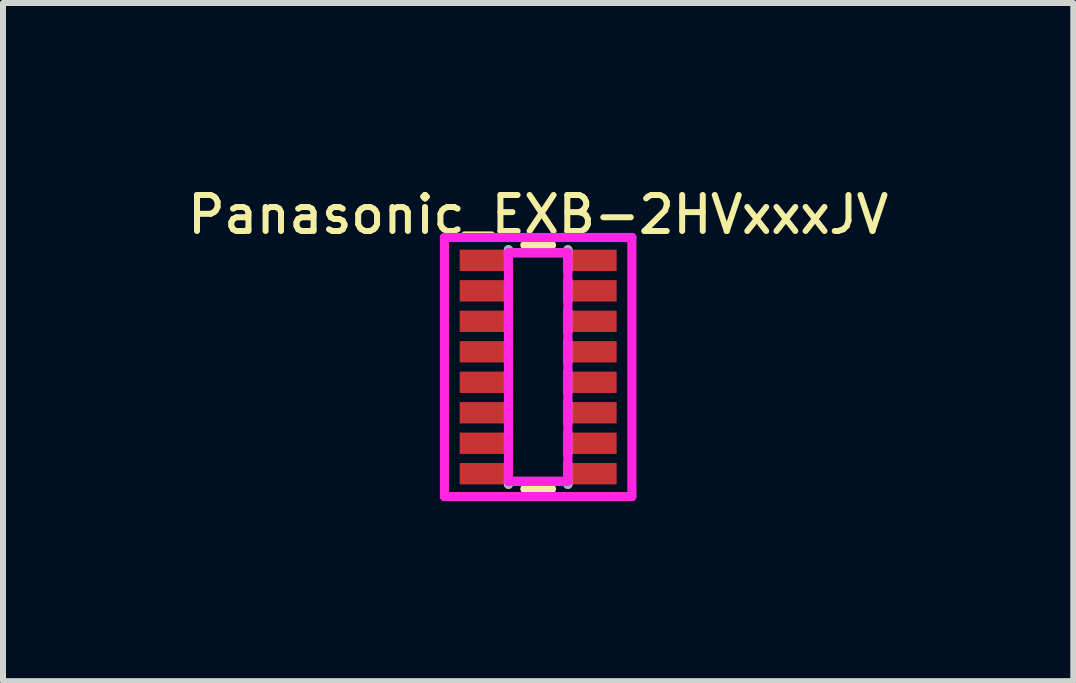
<source format=kicad_pcb>
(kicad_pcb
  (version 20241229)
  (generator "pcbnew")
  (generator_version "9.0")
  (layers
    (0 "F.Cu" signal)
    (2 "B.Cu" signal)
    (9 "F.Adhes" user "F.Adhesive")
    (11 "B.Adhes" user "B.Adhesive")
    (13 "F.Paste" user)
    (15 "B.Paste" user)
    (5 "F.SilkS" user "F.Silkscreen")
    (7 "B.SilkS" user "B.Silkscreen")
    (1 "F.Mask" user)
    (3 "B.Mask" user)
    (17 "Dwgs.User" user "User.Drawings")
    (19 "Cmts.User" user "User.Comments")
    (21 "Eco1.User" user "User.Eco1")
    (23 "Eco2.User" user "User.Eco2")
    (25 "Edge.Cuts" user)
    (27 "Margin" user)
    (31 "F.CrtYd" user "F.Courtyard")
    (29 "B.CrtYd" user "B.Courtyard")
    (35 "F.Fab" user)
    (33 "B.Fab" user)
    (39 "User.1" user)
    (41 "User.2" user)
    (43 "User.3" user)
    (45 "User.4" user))
  (footprint "Panasonic_EXB-2HVxxxJV"
    (layer "F.Cu")
    (at 5.919 3.067)
    (property "Reference" "Panasonic_EXB-2HVxxxJV" (at 0 -2.54 0) (layer "F.SilkS") (effects (font (size 0.6 0.6) (thickness 0.1))))
    (attr smd)
    (fp_line (start -0.222 2.032) (end 0.222 2.032) (stroke (width 0.152) (type solid)) (layer "F.SilkS"))
    (fp_line (start 0.222 -2.032) (end -0.222 -2.032) (stroke (width 0.152) (type solid)) (layer "F.SilkS"))
    (fp_line (start -1.562 -2.159) (end 1.562 -2.159) (stroke (width 0.152) (type solid)) (layer "F.CrtYd"))
    (fp_line (start -1.562 2.159) (end -1.562 -2.159) (stroke (width 0.152) (type solid)) (layer "F.CrtYd"))
    (fp_line (start -0.495 -1.905) (end 0.495 -1.905) (stroke (width 0.152) (type solid)) (layer "F.CrtYd"))
    (fp_line (start -0.495 1.905) (end -0.495 -1.905) (stroke (width 0.152) (type solid)) (layer "F.CrtYd"))
    (fp_line (start 0.495 -1.905) (end 0.495 1.905) (stroke (width 0.152) (type solid)) (layer "F.CrtYd"))
    (fp_line (start 0.495 1.905) (end -0.495 1.905) (stroke (width 0.152) (type solid)) (layer "F.CrtYd"))
    (fp_line (start 1.562 -2.159) (end 1.562 2.159) (stroke (width 0.152) (type solid)) (layer "F.CrtYd"))
    (fp_line (start 1.562 2.159) (end -1.562 2.159) (stroke (width 0.152) (type solid)) (layer "F.CrtYd"))
    (fp_line (start -0.495 -1.956) (end -0.495 -1.6) (stroke (width 0.152) (type solid)) (layer "F.Fab"))
    (fp_line (start -0.495 -1.905) (end -0.495 -1.956) (stroke (width 0.152) (type solid)) (layer "F.Fab"))
    (fp_line (start -0.495 -1.448) (end -0.495 -1.092) (stroke (width 0.152) (type solid)) (layer "F.Fab"))
    (fp_line (start -0.495 -0.94) (end -0.495 -0.584) (stroke (width 0.152) (type solid)) (layer "F.Fab"))
    (fp_line (start -0.495 -0.432) (end -0.495 -0.076) (stroke (width 0.152) (type solid)) (layer "F.Fab"))
    (fp_line (start -0.495 0.076) (end -0.495 0.432) (stroke (width 0.152) (type solid)) (layer "F.Fab"))
    (fp_line (start -0.495 0.584) (end -0.495 0.94) (stroke (width 0.152) (type solid)) (layer "F.Fab"))
    (fp_line (start -0.495 1.092) (end -0.495 1.448) (stroke (width 0.152) (type solid)) (layer "F.Fab"))
    (fp_line (start -0.495 1.6) (end -0.495 1.956) (stroke (width 0.152) (type solid)) (layer "F.Fab"))
    (fp_line (start -0.495 1.905) (end 0.495 1.905) (stroke (width 0.152) (type solid)) (layer "F.Fab"))
    (fp_line (start -0.495 1.956) (end -0.495 1.905) (stroke (width 0.152) (type solid)) (layer "F.Fab"))
    (fp_line (start 0.495 -1.956) (end 0.495 -1.6) (stroke (width 0.152) (type solid)) (layer "F.Fab"))
    (fp_line (start 0.495 -1.905) (end -0.495 -1.905) (stroke (width 0.152) (type solid)) (layer "F.Fab"))
    (fp_line (start 0.495 -1.905) (end 0.495 -1.956) (stroke (width 0.152) (type solid)) (layer "F.Fab"))
    (fp_line (start 0.495 -1.448) (end 0.495 -1.092) (stroke (width 0.152) (type solid)) (layer "F.Fab"))
    (fp_line (start 0.495 -0.94) (end 0.495 -0.584) (stroke (width 0.152) (type solid)) (layer "F.Fab"))
    (fp_line (start 0.495 -0.432) (end 0.495 -0.076) (stroke (width 0.152) (type solid)) (layer "F.Fab"))
    (fp_line (start 0.495 0.076) (end 0.495 0.432) (stroke (width 0.152) (type solid)) (layer "F.Fab"))
    (fp_line (start 0.495 0.584) (end 0.495 0.94) (stroke (width 0.152) (type solid)) (layer "F.Fab"))
    (fp_line (start 0.495 1.092) (end 0.495 1.448) (stroke (width 0.152) (type solid)) (layer "F.Fab"))
    (fp_line (start 0.495 1.6) (end 0.495 1.956) (stroke (width 0.152) (type solid)) (layer "F.Fab"))
    (fp_line (start 0.495 1.956) (end 0.495 1.905) (stroke (width 0.152) (type solid)) (layer "F.Fab"))
    (pad "1" smd rect (at -0.927 -1.778) (size 0.762 0.356) (layers "F.Cu" "F.Mask" "F.Paste"))
    (pad "2" smd rect (at -0.927 -1.27) (size 0.762 0.356) (layers "F.Cu" "F.Mask" "F.Paste"))
    (pad "3" smd rect (at -0.927 -0.762) (size 0.762 0.356) (layers "F.Cu" "F.Mask" "F.Paste"))
    (pad "4" smd rect (at -0.927 -0.254) (size 0.762 0.356) (layers "F.Cu" "F.Mask" "F.Paste"))
    (pad "5" smd rect (at -0.927 0.254) (size 0.762 0.356) (layers "F.Cu" "F.Mask" "F.Paste"))
    (pad "6" smd rect (at -0.927 0.762) (size 0.762 0.356) (layers "F.Cu" "F.Mask" "F.Paste"))
    (pad "7" smd rect (at -0.927 1.27) (size 0.762 0.356) (layers "F.Cu" "F.Mask" "F.Paste"))
    (pad "8" smd rect (at -0.927 1.778) (size 0.762 0.356) (layers "F.Cu" "F.Mask" "F.Paste"))
    (pad "9" smd rect (at 0.927 1.778) (size 0.762 0.356) (layers "F.Cu" "F.Mask" "F.Paste"))
    (pad "10" smd rect (at 0.927 1.27) (size 0.762 0.356) (layers "F.Cu" "F.Mask" "F.Paste"))
    (pad "11" smd rect (at 0.927 0.762) (size 0.762 0.356) (layers "F.Cu" "F.Mask" "F.Paste"))
    (pad "12" smd rect (at 0.927 0.254) (size 0.762 0.356) (layers "F.Cu" "F.Mask" "F.Paste"))
    (pad "13" smd rect (at 0.927 -0.254) (size 0.762 0.356) (layers "F.Cu" "F.Mask" "F.Paste"))
    (pad "14" smd rect (at 0.927 -0.762) (size 0.762 0.356) (layers "F.Cu" "F.Mask" "F.Paste"))
    (pad "15" smd rect (at 0.927 -1.27) (size 0.762 0.356) (layers "F.Cu" "F.Mask" "F.Paste"))
    (pad "16" smd rect (at 0.927 -1.778) (size 0.762 0.356) (layers "F.Cu" "F.Mask" "F.Paste")))
  (gr_rect
    (start -3 -3)
    (end 14.837 8.302)
    (stroke (width 0.1) (type default))
    (fill no)
    (layer "Edge.Cuts")))
</source>
